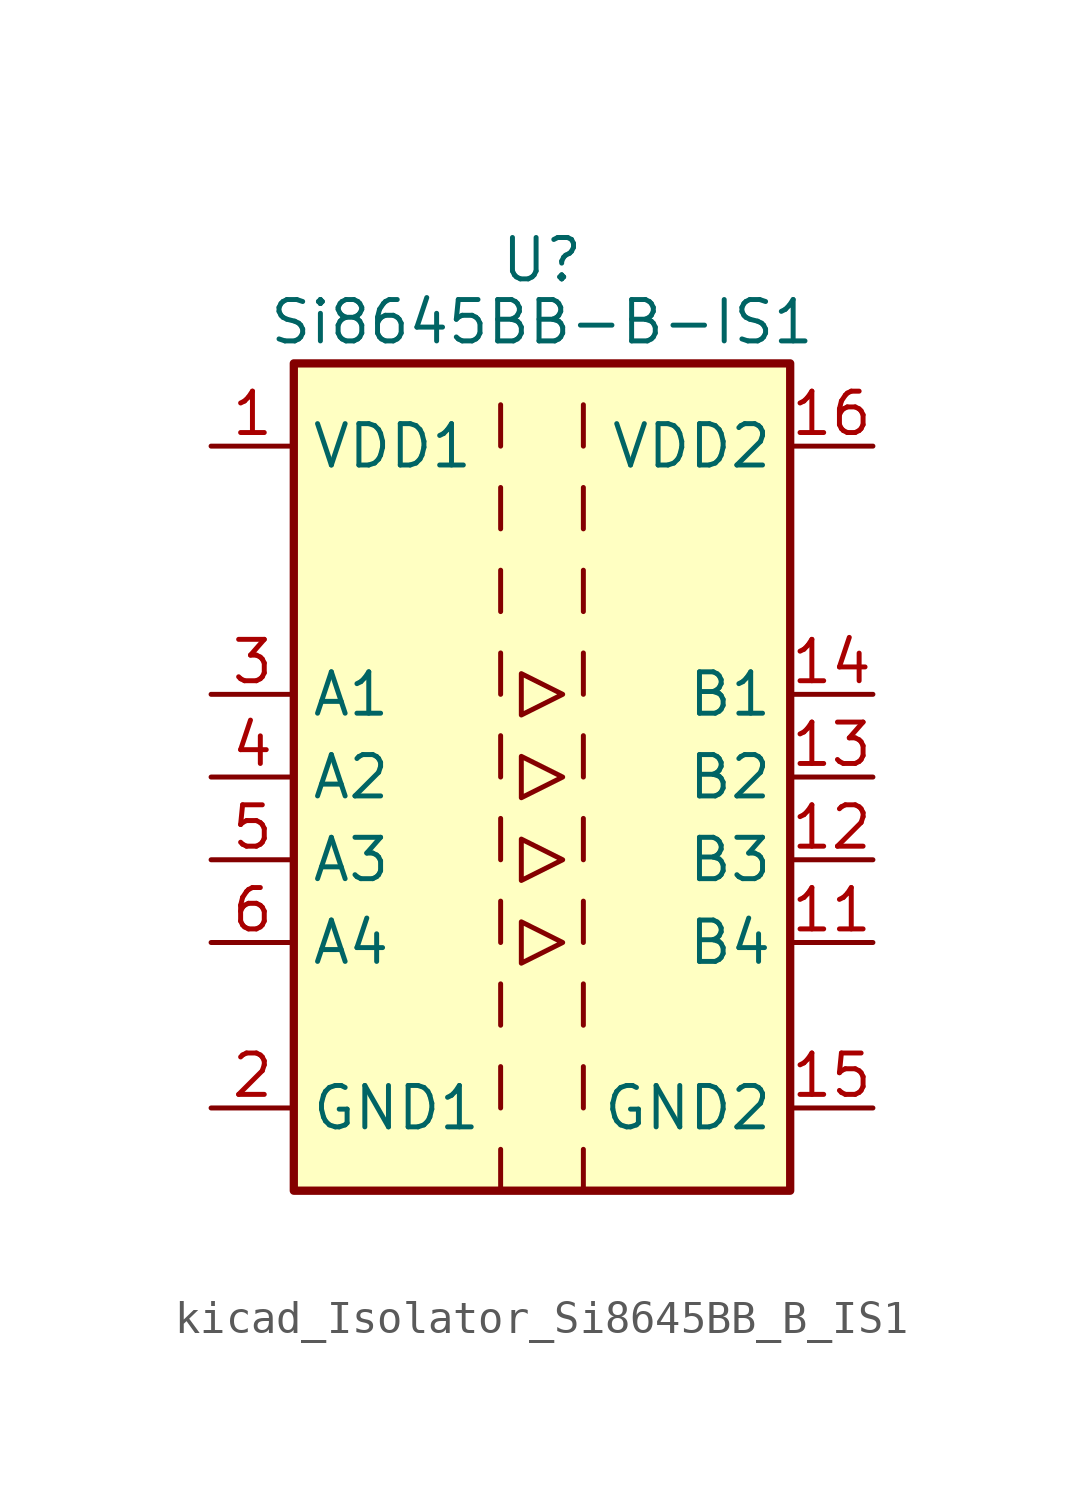
<source format=kicad_sym>
(kicad_symbol_lib
  (version 20220914)
  (generator kicad_symbol_editor)
  (symbol "kicad_Isolator_Si8645BB_B_IS1"
    (property "Reference" "U"
      (at 0 15.875 0)
      (effects (font (size 1.27 1.27))))
    (property "Value" "Si8645BB-B-IS1"
      (at 0 13.97 0)
      (effects (font (size 1.27 1.27))))
    (symbol "kicad_Isolator_Si8645BB_B_IS1_0_1"
      (rectangle (start -7.62 12.7) (end 7.62 -12.7) (stroke (width 0.254) (type default)) (fill (type background)))
      (polyline (pts (xy -1.27 -11.43) (xy -1.27 -12.7)) (stroke (width 0) (type default)) (fill (type none)))
      (polyline (pts (xy -1.27 -8.89) (xy -1.27 -10.16)) (stroke (width 0) (type default)) (fill (type none)))
      (polyline (pts (xy -1.27 -6.35) (xy -1.27 -7.62)) (stroke (width 0) (type default)) (fill (type none)))
      (polyline (pts (xy -1.27 -3.81) (xy -1.27 -5.08)) (stroke (width 0) (type default)) (fill (type none)))
      (polyline (pts (xy -1.27 -1.27) (xy -1.27 -2.54)) (stroke (width 0) (type default)) (fill (type none)))
      (polyline (pts (xy -1.27 1.27) (xy -1.27 0)) (stroke (width 0) (type default)) (fill (type none)))
      (polyline (pts (xy -1.27 3.81) (xy -1.27 2.54)) (stroke (width 0) (type default)) (fill (type none)))
      (polyline (pts (xy -1.27 6.35) (xy -1.27 5.08)) (stroke (width 0) (type default)) (fill (type none)))
      (polyline (pts (xy -1.27 8.89) (xy -1.27 7.62)) (stroke (width 0) (type default)) (fill (type none)))
      (polyline (pts (xy -1.27 11.43) (xy -1.27 10.16)) (stroke (width 0) (type default)) (fill (type none)))
      (polyline (pts (xy 1.27 -11.43) (xy 1.27 -12.7)) (stroke (width 0) (type default)) (fill (type none)))
      (polyline (pts (xy 1.27 -8.89) (xy 1.27 -10.16)) (stroke (width 0) (type default)) (fill (type none)))
      (polyline (pts (xy 1.27 -6.35) (xy 1.27 -7.62)) (stroke (width 0) (type default)) (fill (type none)))
      (polyline (pts (xy 1.27 -3.81) (xy 1.27 -5.08)) (stroke (width 0) (type default)) (fill (type none)))
      (polyline (pts (xy 1.27 -1.27) (xy 1.27 -2.54)) (stroke (width 0) (type default)) (fill (type none)))
      (polyline (pts (xy 1.27 1.27) (xy 1.27 0)) (stroke (width 0) (type default)) (fill (type none)))
      (polyline (pts (xy 1.27 3.81) (xy 1.27 2.54)) (stroke (width 0) (type default)) (fill (type none)))
      (polyline (pts (xy 1.27 6.35) (xy 1.27 5.08)) (stroke (width 0) (type default)) (fill (type none)))
      (polyline (pts (xy 1.27 8.89) (xy 1.27 7.62)) (stroke (width 0) (type default)) (fill (type none)))
      (polyline (pts (xy 1.27 11.43) (xy 1.27 10.16)) (stroke (width 0) (type default)) (fill (type none)))
      (polyline (pts (xy -0.635 0.635) (xy -0.635 -0.635) (xy 0.635 0) (xy -0.635 0.635)) (stroke (width 0) (type default)) (fill (type none)))
      (polyline (pts (xy -0.635 3.175) (xy -0.635 1.905) (xy 0.635 2.54) (xy -0.635 3.175)) (stroke (width 0) (type default)) (fill (type none)))
      (polyline (pts (xy 0.635 -5.08) (xy -0.635 -4.445) (xy -0.635 -5.715) (xy 0.635 -5.08)) (stroke (width 0) (type default)) (fill (type none)))
      (polyline (pts (xy 0.635 -2.54) (xy -0.635 -1.905) (xy -0.635 -3.175) (xy 0.635 -2.54)) (stroke (width 0) (type default)) (fill (type none))))
    (symbol "kicad_Isolator_Si8645BB_B_IS1_1_1"
      (pin power_in line (at -10.16 10.16 0) (length 2.54) (name "VDD1" (effects (font (size 1.27 1.27)))) (number "1" (effects (font (size 1.27 1.27)))))
      (pin no_connect line (at 7.62 7.62 180) (length 2.54) hide (name "NC" (effects (font (size 1.27 1.27)))) (number "10" (effects (font (size 1.27 1.27)))))
      (pin output line (at 10.16 -5.08 180) (length 2.54) (name "B4" (effects (font (size 1.27 1.27)))) (number "11" (effects (font (size 1.27 1.27)))))
      (pin output line (at 10.16 -2.54 180) (length 2.54) (name "B3" (effects (font (size 1.27 1.27)))) (number "12" (effects (font (size 1.27 1.27)))))
      (pin output line (at 10.16 0 180) (length 2.54) (name "B2" (effects (font (size 1.27 1.27)))) (number "13" (effects (font (size 1.27 1.27)))))
      (pin output line (at 10.16 2.54 180) (length 2.54) (name "B1" (effects (font (size 1.27 1.27)))) (number "14" (effects (font (size 1.27 1.27)))))
      (pin power_in line (at 10.16 -10.16 180) (length 2.54) (name "GND2" (effects (font (size 1.27 1.27)))) (number "15" (effects (font (size 1.27 1.27)))))
      (pin power_in line (at 10.16 10.16 180) (length 2.54) (name "VDD2" (effects (font (size 1.27 1.27)))) (number "16" (effects (font (size 1.27 1.27)))))
      (pin power_in line (at -10.16 -10.16 0) (length 2.54) (name "GND1" (effects (font (size 1.27 1.27)))) (number "2" (effects (font (size 1.27 1.27)))))
      (pin input line (at -10.16 2.54 0) (length 2.54) (name "A1" (effects (font (size 1.27 1.27)))) (number "3" (effects (font (size 1.27 1.27)))))
      (pin input line (at -10.16 0 0) (length 2.54) (name "A2" (effects (font (size 1.27 1.27)))) (number "4" (effects (font (size 1.27 1.27)))))
      (pin input line (at -10.16 -2.54 0) (length 2.54) (name "A3" (effects (font (size 1.27 1.27)))) (number "5" (effects (font (size 1.27 1.27)))))
      (pin input line (at -10.16 -5.08 0) (length 2.54) (name "A4" (effects (font (size 1.27 1.27)))) (number "6" (effects (font (size 1.27 1.27)))))
      (pin no_connect line (at -7.62 7.62 0) (length 2.54) hide (name "NC" (effects (font (size 1.27 1.27)))) (number "7" (effects (font (size 1.27 1.27)))))
      (pin passive line (at -10.16 -10.16 0) (length 2.54) hide (name "GND1" (effects (font (size 1.27 1.27)))) (number "8" (effects (font (size 1.27 1.27)))))
      (pin passive line (at 10.16 -10.16 180) (length 2.54) hide (name "GND2" (effects (font (size 1.27 1.27)))) (number "9" (effects (font (size 1.27 1.27))))))))
</source>
